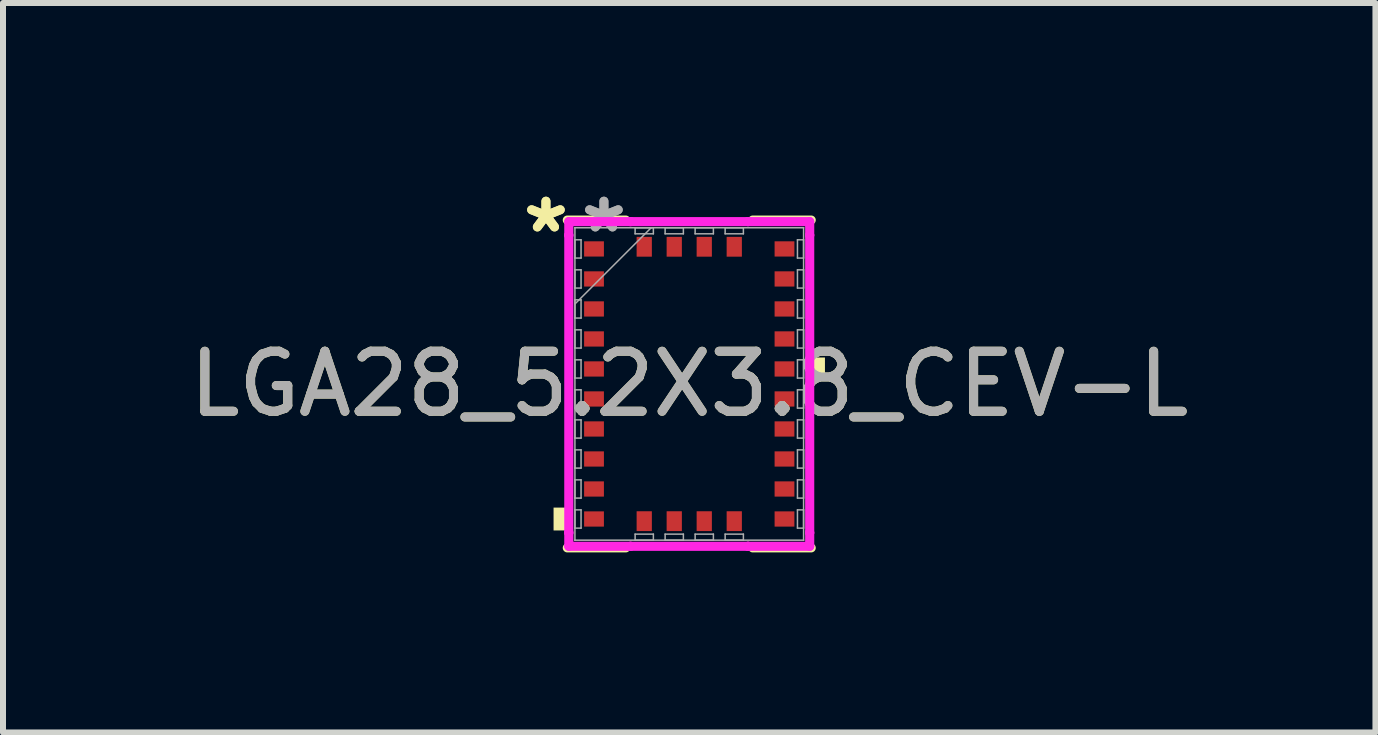
<source format=kicad_pcb>
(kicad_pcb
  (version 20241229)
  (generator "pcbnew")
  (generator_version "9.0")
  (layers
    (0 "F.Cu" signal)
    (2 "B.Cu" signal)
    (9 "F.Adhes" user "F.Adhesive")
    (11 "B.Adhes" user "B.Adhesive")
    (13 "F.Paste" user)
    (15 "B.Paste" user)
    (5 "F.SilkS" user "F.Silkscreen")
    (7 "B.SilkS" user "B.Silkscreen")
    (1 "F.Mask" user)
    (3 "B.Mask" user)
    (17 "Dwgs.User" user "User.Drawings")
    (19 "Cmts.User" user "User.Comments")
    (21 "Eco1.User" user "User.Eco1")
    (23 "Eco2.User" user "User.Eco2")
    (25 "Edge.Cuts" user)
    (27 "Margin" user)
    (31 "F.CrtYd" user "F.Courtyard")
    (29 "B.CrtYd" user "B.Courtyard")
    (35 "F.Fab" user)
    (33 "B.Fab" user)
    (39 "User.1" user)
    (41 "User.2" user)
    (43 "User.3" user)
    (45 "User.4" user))
  (footprint "LGA28_5.2X3.8_CEV-L"
    (layer "F.Cu")
    (at 8.435 3.348)
    (property "Reference" "LGA28_5.2X3.8_CEV-L" (at 0 0 0) (unlocked yes) (layer "F.SilkS") (effects (font (size 1 1) (thickness 0.15))))
    (attr smd)
    (fp_line (start -2.032 2.731) (end -1.058 2.731) (stroke (width 0.152) (type solid)) (layer "F.SilkS"))
    (fp_line (start -1.058 -2.731) (end -2.032 -2.731) (stroke (width 0.152) (type solid)) (layer "F.SilkS"))
    (fp_line (start 1.058 2.731) (end 2.032 2.731) (stroke (width 0.152) (type solid)) (layer "F.SilkS"))
    (fp_line (start 2.032 -2.731) (end 1.058 -2.731) (stroke (width 0.152) (type solid)) (layer "F.SilkS"))
    (fp_poly (pts (xy -2.261 2.06) (xy -2.261 2.441) (xy -2.007 2.441) (xy -2.007 2.06)) (stroke (width 0) (type solid)) (fill yes) (layer "F.SilkS"))
    (fp_poly (pts (xy 2.261 -0.441) (xy 2.261 -0.059) (xy 2.007 -0.059) (xy 2.007 -0.441)) (stroke (width 0) (type solid)) (fill yes) (layer "F.SilkS"))
    (fp_line (start -2.007 -2.705) (end -0.979 -2.705) (stroke (width 0.152) (type solid)) (layer "F.CrtYd"))
    (fp_line (start -2.007 -2.479) (end -2.007 -2.705) (stroke (width 0.152) (type solid)) (layer "F.CrtYd"))
    (fp_line (start -2.007 -2.479) (end -2.007 -2.479) (stroke (width 0.152) (type solid)) (layer "F.CrtYd"))
    (fp_line (start -2.007 2.479) (end -2.007 -2.479) (stroke (width 0.152) (type solid)) (layer "F.CrtYd"))
    (fp_line (start -2.007 2.479) (end -2.007 2.479) (stroke (width 0.152) (type solid)) (layer "F.CrtYd"))
    (fp_line (start -2.007 2.705) (end -2.007 2.479) (stroke (width 0.152) (type solid)) (layer "F.CrtYd"))
    (fp_line (start -0.979 -2.705) (end -0.979 -2.705) (stroke (width 0.152) (type solid)) (layer "F.CrtYd"))
    (fp_line (start -0.979 -2.705) (end 0.979 -2.705) (stroke (width 0.152) (type solid)) (layer "F.CrtYd"))
    (fp_line (start -0.979 2.705) (end -2.007 2.705) (stroke (width 0.152) (type solid)) (layer "F.CrtYd"))
    (fp_line (start -0.979 2.705) (end -0.979 2.705) (stroke (width 0.152) (type solid)) (layer "F.CrtYd"))
    (fp_line (start 0.979 -2.705) (end 0.979 -2.705) (stroke (width 0.152) (type solid)) (layer "F.CrtYd"))
    (fp_line (start 0.979 -2.705) (end 2.007 -2.705) (stroke (width 0.152) (type solid)) (layer "F.CrtYd"))
    (fp_line (start 0.979 2.705) (end -0.979 2.705) (stroke (width 0.152) (type solid)) (layer "F.CrtYd"))
    (fp_line (start 0.979 2.705) (end 0.979 2.705) (stroke (width 0.152) (type solid)) (layer "F.CrtYd"))
    (fp_line (start 2.007 -2.705) (end 2.007 -2.479) (stroke (width 0.152) (type solid)) (layer "F.CrtYd"))
    (fp_line (start 2.007 -2.479) (end 2.007 -2.479) (stroke (width 0.152) (type solid)) (layer "F.CrtYd"))
    (fp_line (start 2.007 -2.479) (end 2.007 2.479) (stroke (width 0.152) (type solid)) (layer "F.CrtYd"))
    (fp_line (start 2.007 2.479) (end 2.007 2.479) (stroke (width 0.152) (type solid)) (layer "F.CrtYd"))
    (fp_line (start 2.007 2.479) (end 2.007 2.705) (stroke (width 0.152) (type solid)) (layer "F.CrtYd"))
    (fp_line (start 2.007 2.705) (end 0.979 2.705) (stroke (width 0.152) (type solid)) (layer "F.CrtYd"))
    (fp_line (start -1.905 -2.603) (end -1.905 -2.603) (stroke (width 0.025) (type solid)) (layer "F.Fab"))
    (fp_line (start -1.905 -2.603) (end -1.905 2.603) (stroke (width 0.025) (type solid)) (layer "F.Fab"))
    (fp_line (start -1.905 -2.402) (end -1.803 -2.402) (stroke (width 0.025) (type solid)) (layer "F.Fab"))
    (fp_line (start -1.905 -2.098) (end -1.905 -2.402) (stroke (width 0.025) (type solid)) (layer "F.Fab"))
    (fp_line (start -1.905 -1.902) (end -1.803 -1.902) (stroke (width 0.025) (type solid)) (layer "F.Fab"))
    (fp_line (start -1.905 -1.598) (end -1.905 -1.902) (stroke (width 0.025) (type solid)) (layer "F.Fab"))
    (fp_line (start -1.905 -1.402) (end -1.803 -1.402) (stroke (width 0.025) (type solid)) (layer "F.Fab"))
    (fp_line (start -1.905 -1.333) (end -0.635 -2.603) (stroke (width 0.025) (type solid)) (layer "F.Fab"))
    (fp_line (start -1.905 -1.098) (end -1.905 -1.402) (stroke (width 0.025) (type solid)) (layer "F.Fab"))
    (fp_line (start -1.905 -0.902) (end -1.803 -0.902) (stroke (width 0.025) (type solid)) (layer "F.Fab"))
    (fp_line (start -1.905 -0.598) (end -1.905 -0.902) (stroke (width 0.025) (type solid)) (layer "F.Fab"))
    (fp_line (start -1.905 -0.402) (end -1.803 -0.402) (stroke (width 0.025) (type solid)) (layer "F.Fab"))
    (fp_line (start -1.905 -0.098) (end -1.905 -0.402) (stroke (width 0.025) (type solid)) (layer "F.Fab"))
    (fp_line (start -1.905 0.098) (end -1.803 0.098) (stroke (width 0.025) (type solid)) (layer "F.Fab"))
    (fp_line (start -1.905 0.402) (end -1.905 0.098) (stroke (width 0.025) (type solid)) (layer "F.Fab"))
    (fp_line (start -1.905 0.598) (end -1.803 0.598) (stroke (width 0.025) (type solid)) (layer "F.Fab"))
    (fp_line (start -1.905 0.902) (end -1.905 0.598) (stroke (width 0.025) (type solid)) (layer "F.Fab"))
    (fp_line (start -1.905 1.098) (end -1.803 1.098) (stroke (width 0.025) (type solid)) (layer "F.Fab"))
    (fp_line (start -1.905 1.402) (end -1.905 1.098) (stroke (width 0.025) (type solid)) (layer "F.Fab"))
    (fp_line (start -1.905 1.598) (end -1.803 1.598) (stroke (width 0.025) (type solid)) (layer "F.Fab"))
    (fp_line (start -1.905 1.902) (end -1.905 1.598) (stroke (width 0.025) (type solid)) (layer "F.Fab"))
    (fp_line (start -1.905 2.098) (end -1.803 2.098) (stroke (width 0.025) (type solid)) (layer "F.Fab"))
    (fp_line (start -1.905 2.402) (end -1.905 2.098) (stroke (width 0.025) (type solid)) (layer "F.Fab"))
    (fp_line (start -1.905 2.603) (end -1.905 2.603) (stroke (width 0.025) (type solid)) (layer "F.Fab"))
    (fp_line (start -1.905 2.603) (end 1.905 2.603) (stroke (width 0.025) (type solid)) (layer "F.Fab"))
    (fp_line (start -1.803 -2.402) (end -1.803 -2.098) (stroke (width 0.025) (type solid)) (layer "F.Fab"))
    (fp_line (start -1.803 -2.098) (end -1.905 -2.098) (stroke (width 0.025) (type solid)) (layer "F.Fab"))
    (fp_line (start -1.803 -1.902) (end -1.803 -1.598) (stroke (width 0.025) (type solid)) (layer "F.Fab"))
    (fp_line (start -1.803 -1.598) (end -1.905 -1.598) (stroke (width 0.025) (type solid)) (layer "F.Fab"))
    (fp_line (start -1.803 -1.402) (end -1.803 -1.098) (stroke (width 0.025) (type solid)) (layer "F.Fab"))
    (fp_line (start -1.803 -1.098) (end -1.905 -1.098) (stroke (width 0.025) (type solid)) (layer "F.Fab"))
    (fp_line (start -1.803 -0.902) (end -1.803 -0.598) (stroke (width 0.025) (type solid)) (layer "F.Fab"))
    (fp_line (start -1.803 -0.598) (end -1.905 -0.598) (stroke (width 0.025) (type solid)) (layer "F.Fab"))
    (fp_line (start -1.803 -0.402) (end -1.803 -0.098) (stroke (width 0.025) (type solid)) (layer "F.Fab"))
    (fp_line (start -1.803 -0.098) (end -1.905 -0.098) (stroke (width 0.025) (type solid)) (layer "F.Fab"))
    (fp_line (start -1.803 0.098) (end -1.803 0.402) (stroke (width 0.025) (type solid)) (layer "F.Fab"))
    (fp_line (start -1.803 0.402) (end -1.905 0.402) (stroke (width 0.025) (type solid)) (layer "F.Fab"))
    (fp_line (start -1.803 0.598) (end -1.803 0.902) (stroke (width 0.025) (type solid)) (layer "F.Fab"))
    (fp_line (start -1.803 0.902) (end -1.905 0.902) (stroke (width 0.025) (type solid)) (layer "F.Fab"))
    (fp_line (start -1.803 1.098) (end -1.803 1.402) (stroke (width 0.025) (type solid)) (layer "F.Fab"))
    (fp_line (start -1.803 1.402) (end -1.905 1.402) (stroke (width 0.025) (type solid)) (layer "F.Fab"))
    (fp_line (start -1.803 1.598) (end -1.803 1.902) (stroke (width 0.025) (type solid)) (layer "F.Fab"))
    (fp_line (start -1.803 1.902) (end -1.905 1.902) (stroke (width 0.025) (type solid)) (layer "F.Fab"))
    (fp_line (start -1.803 2.098) (end -1.803 2.402) (stroke (width 0.025) (type solid)) (layer "F.Fab"))
    (fp_line (start -1.803 2.402) (end -1.905 2.402) (stroke (width 0.025) (type solid)) (layer "F.Fab"))
    (fp_line (start -0.902 -2.603) (end -0.598 -2.603) (stroke (width 0.025) (type solid)) (layer "F.Fab"))
    (fp_line (start -0.902 -2.502) (end -0.902 -2.603) (stroke (width 0.025) (type solid)) (layer "F.Fab"))
    (fp_line (start -0.902 2.502) (end -0.598 2.502) (stroke (width 0.025) (type solid)) (layer "F.Fab"))
    (fp_line (start -0.902 2.603) (end -0.902 2.502) (stroke (width 0.025) (type solid)) (layer "F.Fab"))
    (fp_line (start -0.598 -2.603) (end -0.598 -2.502) (stroke (width 0.025) (type solid)) (layer "F.Fab"))
    (fp_line (start -0.598 -2.502) (end -0.902 -2.502) (stroke (width 0.025) (type solid)) (layer "F.Fab"))
    (fp_line (start -0.598 2.502) (end -0.598 2.603) (stroke (width 0.025) (type solid)) (layer "F.Fab"))
    (fp_line (start -0.598 2.603) (end -0.902 2.603) (stroke (width 0.025) (type solid)) (layer "F.Fab"))
    (fp_line (start -0.402 -2.603) (end -0.098 -2.603) (stroke (width 0.025) (type solid)) (layer "F.Fab"))
    (fp_line (start -0.402 -2.502) (end -0.402 -2.603) (stroke (width 0.025) (type solid)) (layer "F.Fab"))
    (fp_line (start -0.402 2.502) (end -0.098 2.502) (stroke (width 0.025) (type solid)) (layer "F.Fab"))
    (fp_line (start -0.402 2.603) (end -0.402 2.502) (stroke (width 0.025) (type solid)) (layer "F.Fab"))
    (fp_line (start -0.098 -2.603) (end -0.098 -2.502) (stroke (width 0.025) (type solid)) (layer "F.Fab"))
    (fp_line (start -0.098 -2.502) (end -0.402 -2.502) (stroke (width 0.025) (type solid)) (layer "F.Fab"))
    (fp_line (start -0.098 2.502) (end -0.098 2.603) (stroke (width 0.025) (type solid)) (layer "F.Fab"))
    (fp_line (start -0.098 2.603) (end -0.402 2.603) (stroke (width 0.025) (type solid)) (layer "F.Fab"))
    (fp_line (start 0.098 -2.603) (end 0.402 -2.603) (stroke (width 0.025) (type solid)) (layer "F.Fab"))
    (fp_line (start 0.098 -2.502) (end 0.098 -2.603) (stroke (width 0.025) (type solid)) (layer "F.Fab"))
    (fp_line (start 0.098 2.502) (end 0.402 2.502) (stroke (width 0.025) (type solid)) (layer "F.Fab"))
    (fp_line (start 0.098 2.603) (end 0.098 2.502) (stroke (width 0.025) (type solid)) (layer "F.Fab"))
    (fp_line (start 0.402 -2.603) (end 0.402 -2.502) (stroke (width 0.025) (type solid)) (layer "F.Fab"))
    (fp_line (start 0.402 -2.502) (end 0.098 -2.502) (stroke (width 0.025) (type solid)) (layer "F.Fab"))
    (fp_line (start 0.402 2.502) (end 0.402 2.603) (stroke (width 0.025) (type solid)) (layer "F.Fab"))
    (fp_line (start 0.402 2.603) (end 0.098 2.603) (stroke (width 0.025) (type solid)) (layer "F.Fab"))
    (fp_line (start 0.598 -2.603) (end 0.902 -2.603) (stroke (width 0.025) (type solid)) (layer "F.Fab"))
    (fp_line (start 0.598 -2.502) (end 0.598 -2.603) (stroke (width 0.025) (type solid)) (layer "F.Fab"))
    (fp_line (start 0.598 2.502) (end 0.902 2.502) (stroke (width 0.025) (type solid)) (layer "F.Fab"))
    (fp_line (start 0.598 2.603) (end 0.598 2.502) (stroke (width 0.025) (type solid)) (layer "F.Fab"))
    (fp_line (start 0.902 -2.603) (end 0.902 -2.502) (stroke (width 0.025) (type solid)) (layer "F.Fab"))
    (fp_line (start 0.902 -2.502) (end 0.598 -2.502) (stroke (width 0.025) (type solid)) (layer "F.Fab"))
    (fp_line (start 0.902 2.502) (end 0.902 2.603) (stroke (width 0.025) (type solid)) (layer "F.Fab"))
    (fp_line (start 0.902 2.603) (end 0.598 2.603) (stroke (width 0.025) (type solid)) (layer "F.Fab"))
    (fp_line (start 1.803 -2.402) (end 1.905 -2.402) (stroke (width 0.025) (type solid)) (layer "F.Fab"))
    (fp_line (start 1.803 -2.098) (end 1.803 -2.402) (stroke (width 0.025) (type solid)) (layer "F.Fab"))
    (fp_line (start 1.803 -1.902) (end 1.905 -1.902) (stroke (width 0.025) (type solid)) (layer "F.Fab"))
    (fp_line (start 1.803 -1.598) (end 1.803 -1.902) (stroke (width 0.025) (type solid)) (layer "F.Fab"))
    (fp_line (start 1.803 -1.402) (end 1.905 -1.402) (stroke (width 0.025) (type solid)) (layer "F.Fab"))
    (fp_line (start 1.803 -1.098) (end 1.803 -1.402) (stroke (width 0.025) (type solid)) (layer "F.Fab"))
    (fp_line (start 1.803 -0.902) (end 1.905 -0.902) (stroke (width 0.025) (type solid)) (layer "F.Fab"))
    (fp_line (start 1.803 -0.598) (end 1.803 -0.902) (stroke (width 0.025) (type solid)) (layer "F.Fab"))
    (fp_line (start 1.803 -0.402) (end 1.905 -0.402) (stroke (width 0.025) (type solid)) (layer "F.Fab"))
    (fp_line (start 1.803 -0.098) (end 1.803 -0.402) (stroke (width 0.025) (type solid)) (layer "F.Fab"))
    (fp_line (start 1.803 0.098) (end 1.905 0.098) (stroke (width 0.025) (type solid)) (layer "F.Fab"))
    (fp_line (start 1.803 0.402) (end 1.803 0.098) (stroke (width 0.025) (type solid)) (layer "F.Fab"))
    (fp_line (start 1.803 0.598) (end 1.905 0.598) (stroke (width 0.025) (type solid)) (layer "F.Fab"))
    (fp_line (start 1.803 0.902) (end 1.803 0.598) (stroke (width 0.025) (type solid)) (layer "F.Fab"))
    (fp_line (start 1.803 1.098) (end 1.905 1.098) (stroke (width 0.025) (type solid)) (layer "F.Fab"))
    (fp_line (start 1.803 1.402) (end 1.803 1.098) (stroke (width 0.025) (type solid)) (layer "F.Fab"))
    (fp_line (start 1.803 1.598) (end 1.905 1.598) (stroke (width 0.025) (type solid)) (layer "F.Fab"))
    (fp_line (start 1.803 1.902) (end 1.803 1.598) (stroke (width 0.025) (type solid)) (layer "F.Fab"))
    (fp_line (start 1.803 2.098) (end 1.905 2.098) (stroke (width 0.025) (type solid)) (layer "F.Fab"))
    (fp_line (start 1.803 2.402) (end 1.803 2.098) (stroke (width 0.025) (type solid)) (layer "F.Fab"))
    (fp_line (start 1.905 -2.603) (end -1.905 -2.603) (stroke (width 0.025) (type solid)) (layer "F.Fab"))
    (fp_line (start 1.905 -2.603) (end 1.905 -2.603) (stroke (width 0.025) (type solid)) (layer "F.Fab"))
    (fp_line (start 1.905 -2.402) (end 1.905 -2.098) (stroke (width 0.025) (type solid)) (layer "F.Fab"))
    (fp_line (start 1.905 -2.098) (end 1.803 -2.098) (stroke (width 0.025) (type solid)) (layer "F.Fab"))
    (fp_line (start 1.905 -1.902) (end 1.905 -1.598) (stroke (width 0.025) (type solid)) (layer "F.Fab"))
    (fp_line (start 1.905 -1.598) (end 1.803 -1.598) (stroke (width 0.025) (type solid)) (layer "F.Fab"))
    (fp_line (start 1.905 -1.402) (end 1.905 -1.098) (stroke (width 0.025) (type solid)) (layer "F.Fab"))
    (fp_line (start 1.905 -1.098) (end 1.803 -1.098) (stroke (width 0.025) (type solid)) (layer "F.Fab"))
    (fp_line (start 1.905 -0.902) (end 1.905 -0.598) (stroke (width 0.025) (type solid)) (layer "F.Fab"))
    (fp_line (start 1.905 -0.598) (end 1.803 -0.598) (stroke (width 0.025) (type solid)) (layer "F.Fab"))
    (fp_line (start 1.905 -0.402) (end 1.905 -0.098) (stroke (width 0.025) (type solid)) (layer "F.Fab"))
    (fp_line (start 1.905 -0.098) (end 1.803 -0.098) (stroke (width 0.025) (type solid)) (layer "F.Fab"))
    (fp_line (start 1.905 0.098) (end 1.905 0.402) (stroke (width 0.025) (type solid)) (layer "F.Fab"))
    (fp_line (start 1.905 0.402) (end 1.803 0.402) (stroke (width 0.025) (type solid)) (layer "F.Fab"))
    (fp_line (start 1.905 0.598) (end 1.905 0.902) (stroke (width 0.025) (type solid)) (layer "F.Fab"))
    (fp_line (start 1.905 0.902) (end 1.803 0.902) (stroke (width 0.025) (type solid)) (layer "F.Fab"))
    (fp_line (start 1.905 1.098) (end 1.905 1.402) (stroke (width 0.025) (type solid)) (layer "F.Fab"))
    (fp_line (start 1.905 1.402) (end 1.803 1.402) (stroke (width 0.025) (type solid)) (layer "F.Fab"))
    (fp_line (start 1.905 1.598) (end 1.905 1.902) (stroke (width 0.025) (type solid)) (layer "F.Fab"))
    (fp_line (start 1.905 1.902) (end 1.803 1.902) (stroke (width 0.025) (type solid)) (layer "F.Fab"))
    (fp_line (start 1.905 2.098) (end 1.905 2.402) (stroke (width 0.025) (type solid)) (layer "F.Fab"))
    (fp_line (start 1.905 2.402) (end 1.803 2.402) (stroke (width 0.025) (type solid)) (layer "F.Fab"))
    (fp_line (start 1.905 2.603) (end 1.905 -2.603) (stroke (width 0.025) (type solid)) (layer "F.Fab"))
    (fp_line (start 1.905 2.603) (end 1.905 2.603) (stroke (width 0.025) (type solid)) (layer "F.Fab"))
    (fp_text user "*" (at -2.388 -2.5 0) (unlocked yes) (layer "F.SilkS") (effects (font (size 1 1) (thickness 0.15))))
    (fp_text user "*" (at -2.388 -2.5 0) (layer "F.SilkS") (effects (font (size 1 1) (thickness 0.15))))
    (fp_text user "*" (at -1.422 -2.5 0) (unlocked yes) (layer "F.Fab") (effects (font (size 1 1) (thickness 0.15))))
    (fp_text user "${REFERENCE}" (at 0 0 0) (unlocked yes) (layer "F.Fab") (effects (font (size 1 1) (thickness 0.15))))
    (fp_text user "*" (at -1.422 -2.5 0) (layer "F.Fab") (effects (font (size 1 1) (thickness 0.15))))
    (pad "1" smd rect (at -1.587 -2.25 90) (size 0.254 0.33) (layers "F.Cu" "F.Mask" "F.Paste"))
    (pad "2" smd rect (at -1.587 -1.75 90) (size 0.254 0.33) (layers "F.Cu" "F.Mask" "F.Paste"))
    (pad "3" smd rect (at -1.587 -1.25 90) (size 0.254 0.33) (layers "F.Cu" "F.Mask" "F.Paste"))
    (pad "4" smd rect (at -1.587 -0.75 90) (size 0.254 0.33) (layers "F.Cu" "F.Mask" "F.Paste"))
    (pad "5" smd rect (at -1.587 -0.25 90) (size 0.254 0.33) (layers "F.Cu" "F.Mask" "F.Paste"))
    (pad "6" smd rect (at -1.587 0.25 90) (size 0.254 0.33) (layers "F.Cu" "F.Mask" "F.Paste"))
    (pad "7" smd rect (at -1.587 0.75 90) (size 0.254 0.33) (layers "F.Cu" "F.Mask" "F.Paste"))
    (pad "8" smd rect (at -1.587 1.25 90) (size 0.254 0.33) (layers "F.Cu" "F.Mask" "F.Paste"))
    (pad "9" smd rect (at -1.587 1.75 90) (size 0.254 0.33) (layers "F.Cu" "F.Mask" "F.Paste"))
    (pad "10" smd rect (at -1.587 2.25 90) (size 0.254 0.33) (layers "F.Cu" "F.Mask" "F.Paste"))
    (pad "11" smd rect (at -0.75 2.286) (size 0.254 0.33) (layers "F.Cu" "F.Mask" "F.Paste"))
    (pad "12" smd rect (at -0.25 2.286) (size 0.254 0.33) (layers "F.Cu" "F.Mask" "F.Paste"))
    (pad "13" smd rect (at 0.25 2.286) (size 0.254 0.33) (layers "F.Cu" "F.Mask" "F.Paste"))
    (pad "14" smd rect (at 0.75 2.286) (size 0.254 0.33) (layers "F.Cu" "F.Mask" "F.Paste"))
    (pad "15" smd rect (at 1.587 2.25 90) (size 0.254 0.33) (layers "F.Cu" "F.Mask" "F.Paste"))
    (pad "16" smd rect (at 1.587 1.75 90) (size 0.254 0.33) (layers "F.Cu" "F.Mask" "F.Paste"))
    (pad "17" smd rect (at 1.587 1.25 90) (size 0.254 0.33) (layers "F.Cu" "F.Mask" "F.Paste"))
    (pad "18" smd rect (at 1.587 0.75 90) (size 0.254 0.33) (layers "F.Cu" "F.Mask" "F.Paste"))
    (pad "19" smd rect (at 1.587 0.25 90) (size 0.254 0.33) (layers "F.Cu" "F.Mask" "F.Paste"))
    (pad "20" smd rect (at 1.587 -0.25 90) (size 0.254 0.33) (layers "F.Cu" "F.Mask" "F.Paste"))
    (pad "21" smd rect (at 1.587 -0.75 90) (size 0.254 0.33) (layers "F.Cu" "F.Mask" "F.Paste"))
    (pad "22" smd rect (at 1.587 -1.25 90) (size 0.254 0.33) (layers "F.Cu" "F.Mask" "F.Paste"))
    (pad "23" smd rect (at 1.587 -1.75 90) (size 0.254 0.33) (layers "F.Cu" "F.Mask" "F.Paste"))
    (pad "24" smd rect (at 1.587 -2.25 90) (size 0.254 0.33) (layers "F.Cu" "F.Mask" "F.Paste"))
    (pad "25" smd rect (at 0.75 -2.286) (size 0.254 0.33) (layers "F.Cu" "F.Mask" "F.Paste"))
    (pad "26" smd rect (at 0.25 -2.286) (size 0.254 0.33) (layers "F.Cu" "F.Mask" "F.Paste"))
    (pad "27" smd rect (at -0.25 -2.286) (size 0.254 0.33) (layers "F.Cu" "F.Mask" "F.Paste"))
    (pad "28" smd rect (at -0.75 -2.286) (size 0.254 0.33) (layers "F.Cu" "F.Mask" "F.Paste")))
  (gr_rect
    (start -3 -3)
    (end 19.869 9.155)
    (stroke (width 0.1) (type default))
    (fill no)
    (layer "Edge.Cuts")))
</source>
